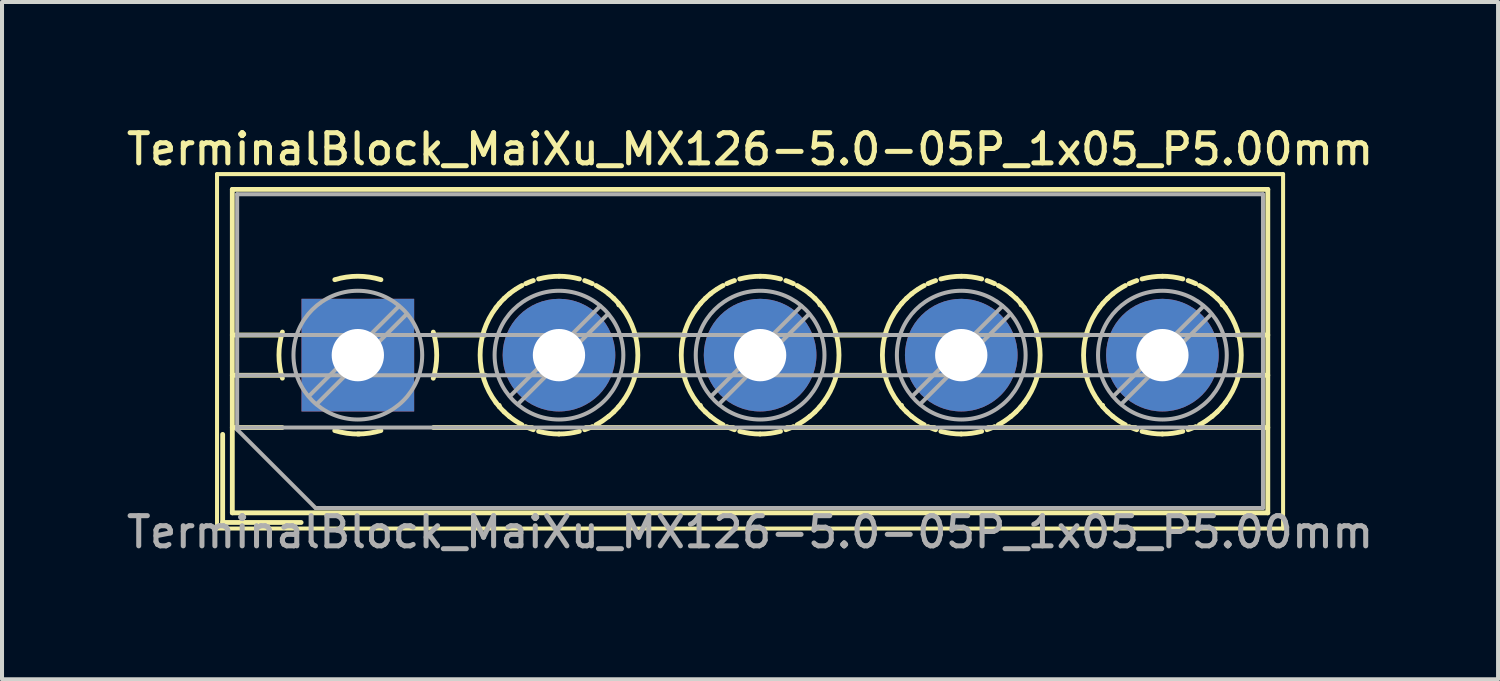
<source format=kicad_pcb>
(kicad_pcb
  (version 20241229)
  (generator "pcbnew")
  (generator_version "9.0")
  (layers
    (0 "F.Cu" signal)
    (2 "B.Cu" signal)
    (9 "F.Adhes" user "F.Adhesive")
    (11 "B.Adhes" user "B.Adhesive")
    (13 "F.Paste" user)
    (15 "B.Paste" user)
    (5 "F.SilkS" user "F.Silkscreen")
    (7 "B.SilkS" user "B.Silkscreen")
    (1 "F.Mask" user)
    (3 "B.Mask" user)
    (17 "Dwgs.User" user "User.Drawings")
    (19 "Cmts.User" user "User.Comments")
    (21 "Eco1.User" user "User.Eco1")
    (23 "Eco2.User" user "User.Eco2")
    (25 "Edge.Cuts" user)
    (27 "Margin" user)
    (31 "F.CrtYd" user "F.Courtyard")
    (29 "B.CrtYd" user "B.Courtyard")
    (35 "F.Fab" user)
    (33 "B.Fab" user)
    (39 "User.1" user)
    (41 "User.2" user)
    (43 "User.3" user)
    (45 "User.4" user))
  (footprint "TerminalBlock_MaiXu_MX126-5.0-05P_1x05_P5.00mm"
    (layer "F.Cu")
    (at 5.845 5.778)
    (property "Reference" "TerminalBlock_MaiXu_MX126-5.0-05P_1x05_P5.00mm" (at 9.75 -5.12 0) (layer "F.SilkS") (effects (font (size 0.75 0.75) (thickness 0.125))))
    (attr through_hole)
    (fp_line (start -3.5 -4.5) (end -3.5 4.31) (stroke (width 0.1) (type solid)) (layer "F.SilkS"))
    (fp_line (start -3.5 4.31) (end 23 4.31) (stroke (width 0.1) (type solid)) (layer "F.SilkS"))
    (fp_line (start -3.36 1.97) (end -3.36 4.16) (stroke (width 0.12) (type solid)) (layer "F.SilkS"))
    (fp_line (start -3.36 4.16) (end -1.41 4.16) (stroke (width 0.12) (type solid)) (layer "F.SilkS"))
    (fp_line (start -3.12 -4.12) (end -3.12 3.92) (stroke (width 0.12) (type solid)) (layer "F.SilkS"))
    (fp_line (start -3.12 -4.12) (end 22.62 -4.12) (stroke (width 0.12) (type solid)) (layer "F.SilkS"))
    (fp_line (start -3.12 -0.5) (end -1.88 -0.5) (stroke (width 0.12) (type solid)) (layer "F.SilkS"))
    (fp_line (start -3.12 0.5) (end -1.88 0.5) (stroke (width 0.12) (type solid)) (layer "F.SilkS"))
    (fp_line (start -3.12 1.8) (end -1.88 1.8) (stroke (width 0.12) (type solid)) (layer "F.SilkS"))
    (fp_line (start -3.12 3.92) (end 22.62 3.92) (stroke (width 0.12) (type solid)) (layer "F.SilkS"))
    (fp_line (start 1.88 -0.5) (end 3.165 -0.5) (stroke (width 0.12) (type solid)) (layer "F.SilkS"))
    (fp_line (start 1.88 0.5) (end 3.165 0.5) (stroke (width 0.12) (type solid)) (layer "F.SilkS"))
    (fp_line (start 1.88 1.8) (end 4.331 1.8) (stroke (width 0.12) (type solid)) (layer "F.SilkS"))
    (fp_line (start 3.514 1.248) (end 3.514 1.248) (stroke (width 0.12) (type solid)) (layer "F.SilkS"))
    (fp_line (start 5.67 1.8) (end 9.331 1.8) (stroke (width 0.12) (type solid)) (layer "F.SilkS"))
    (fp_line (start 6.487 -1.248) (end 6.487 -1.248) (stroke (width 0.12) (type solid)) (layer "F.SilkS"))
    (fp_line (start 6.836 -0.5) (end 8.165 -0.5) (stroke (width 0.12) (type solid)) (layer "F.SilkS"))
    (fp_line (start 6.836 0.5) (end 8.165 0.5) (stroke (width 0.12) (type solid)) (layer "F.SilkS"))
    (fp_line (start 8.514 1.248) (end 8.514 1.248) (stroke (width 0.12) (type solid)) (layer "F.SilkS"))
    (fp_line (start 10.67 1.8) (end 14.331 1.8) (stroke (width 0.12) (type solid)) (layer "F.SilkS"))
    (fp_line (start 11.487 -1.248) (end 11.487 -1.248) (stroke (width 0.12) (type solid)) (layer "F.SilkS"))
    (fp_line (start 11.836 -0.5) (end 13.165 -0.5) (stroke (width 0.12) (type solid)) (layer "F.SilkS"))
    (fp_line (start 11.836 0.5) (end 13.165 0.5) (stroke (width 0.12) (type solid)) (layer "F.SilkS"))
    (fp_line (start 13.514 1.248) (end 13.514 1.248) (stroke (width 0.12) (type solid)) (layer "F.SilkS"))
    (fp_line (start 15.67 1.8) (end 19.331 1.8) (stroke (width 0.12) (type solid)) (layer "F.SilkS"))
    (fp_line (start 16.487 -1.248) (end 16.487 -1.248) (stroke (width 0.12) (type solid)) (layer "F.SilkS"))
    (fp_line (start 16.836 -0.5) (end 18.165 -0.5) (stroke (width 0.12) (type solid)) (layer "F.SilkS"))
    (fp_line (start 16.836 0.5) (end 18.165 0.5) (stroke (width 0.12) (type solid)) (layer "F.SilkS"))
    (fp_line (start 18.514 1.248) (end 18.514 1.248) (stroke (width 0.12) (type solid)) (layer "F.SilkS"))
    (fp_line (start 20.67 1.8) (end 22.62 1.8) (stroke (width 0.12) (type solid)) (layer "F.SilkS"))
    (fp_line (start 21.487 -1.248) (end 21.487 -1.248) (stroke (width 0.12) (type solid)) (layer "F.SilkS"))
    (fp_line (start 21.836 -0.5) (end 22.62 -0.5) (stroke (width 0.12) (type solid)) (layer "F.SilkS"))
    (fp_line (start 21.836 0.5) (end 22.62 0.5) (stroke (width 0.12) (type solid)) (layer "F.SilkS"))
    (fp_line (start 22.62 -4.12) (end 22.62 3.92) (stroke (width 0.12) (type solid)) (layer "F.SilkS"))
    (fp_line (start 23 -4.5) (end -3.5 -4.5) (stroke (width 0.1) (type solid)) (layer "F.SilkS"))
    (fp_line (start 23 4.31) (end 23 -4.5) (stroke (width 0.1) (type solid)) (layer "F.SilkS"))
    (fp_arc (start -1.875422 0.572619) (mid -1.960893 -0.000722) (end -1.875 -0.574) (stroke (width 0.12) (type solid)) (layer "F.SilkS"))
    (fp_arc (start -0.572619 -1.875422) (mid 0.000722 -1.960893) (end 0.574 -1.875) (stroke (width 0.12) (type solid)) (layer "F.SilkS"))
    (fp_arc (start 0.0335 1.960607) (mid -0.273618 1.941709) (end -0.574 1.875) (stroke (width 0.12) (type solid)) (layer "F.SilkS"))
    (fp_arc (start 0.573049 1.874357) (mid 0.289706 1.938471) (end 0 1.96) (stroke (width 0.12) (type solid)) (layer "F.SilkS"))
    (fp_arc (start 1.875422 -0.572619) (mid 1.960893 0.000722) (end 1.875 0.574) (stroke (width 0.12) (type solid)) (layer "F.SilkS"))
    (fp_arc (start 3.434339 1.179122) (mid 3.039994 -0.000549) (end 3.435 -1.18) (stroke (width 0.12) (type solid)) (layer "F.SilkS"))
    (fp_arc (start 3.434826 -1.180695) (mid 3.476985 -1.2346) (end 3.521 -1.287) (stroke (width 0.12) (type solid)) (layer "F.SilkS"))
    (fp_arc (start 3.521125 1.286294) (mid 3.477135 1.233899) (end 3.435 1.18) (stroke (width 0.12) (type solid)) (layer "F.SilkS"))
    (fp_arc (start 3.521202 -1.287012) (mid 3.578748 -1.350291) (end 3.639 -1.411) (stroke (width 0.12) (type solid)) (layer "F.SilkS"))
    (fp_arc (start 3.63871 1.41001) (mid 3.578502 1.349289) (end 3.521 1.286) (stroke (width 0.12) (type solid)) (layer "F.SilkS"))
    (fp_arc (start 3.638867 -1.410738) (mid 3.701698 -1.468767) (end 3.767 -1.524) (stroke (width 0.12) (type solid)) (layer "F.SilkS"))
    (fp_arc (start 3.767069 1.523253) (mid 3.701799 1.468024) (end 3.639 1.41) (stroke (width 0.12) (type solid)) (layer "F.SilkS"))
    (fp_arc (start 3.767452 -1.524377) (mid 3.835117 -1.576689) (end 3.905 -1.626) (stroke (width 0.12) (type solid)) (layer "F.SilkS"))
    (fp_arc (start 3.904517 1.625664) (mid 3.834649 1.576332) (end 3.767 1.524) (stroke (width 0.12) (type solid)) (layer "F.SilkS"))
    (fp_arc (start 3.93363 -1.644317) (mid 4.00637 -1.689266) (end 4.081 -1.731) (stroke (width 0.12) (type solid)) (layer "F.SilkS"))
    (fp_arc (start 4.080344 1.730739) (mid 4.005726 1.688977) (end 3.933 1.644) (stroke (width 0.12) (type solid)) (layer "F.SilkS"))
    (fp_arc (start 4.172694 -1.777259) (mid 4.266842 -1.818121) (end 4.363 -1.854) (stroke (width 0.12) (type solid)) (layer "F.SilkS"))
    (fp_arc (start 4.362283 1.853815) (mid 4.266136 1.817899) (end 4.172 1.777) (stroke (width 0.12) (type solid)) (layer "F.SilkS"))
    (fp_arc (start 4.493681 -1.893473) (mid 4.74516 -1.943362) (end 5.001 -1.96) (stroke (width 0.12) (type solid)) (layer "F.SilkS"))
    (fp_arc (start 5.000479 1.960685) (mid 4.744554 1.943973) (end 4.493 1.894) (stroke (width 0.12) (type solid)) (layer "F.SilkS"))
    (fp_arc (start 5.000487 -1.960944) (mid 5.256437 -1.944104) (end 5.508 -1.894) (stroke (width 0.12) (type solid)) (layer "F.SilkS"))
    (fp_arc (start 5.507285 1.893215) (mid 5.255831 1.943232) (end 5 1.96) (stroke (width 0.12) (type solid)) (layer "F.SilkS"))
    (fp_arc (start 5.638712 -1.85392) (mid 5.734863 -1.817951) (end 5.829 -1.777) (stroke (width 0.12) (type solid)) (layer "F.SilkS"))
    (fp_arc (start 5.829295 1.77705) (mid 5.735155 1.818016) (end 5.639 1.854) (stroke (width 0.12) (type solid)) (layer "F.SilkS"))
    (fp_arc (start 5.920652 -1.730826) (mid 5.995273 -1.689021) (end 6.068 -1.644) (stroke (width 0.12) (type solid)) (layer "F.SilkS"))
    (fp_arc (start 6.068362 1.644143) (mid 5.995629 1.689179) (end 5.921 1.731) (stroke (width 0.12) (type solid)) (layer "F.SilkS"))
    (fp_arc (start 6.096479 -1.625751) (mid 6.16635 -1.576376) (end 6.234 -1.524) (stroke (width 0.12) (type solid)) (layer "F.SilkS"))
    (fp_arc (start 6.233457 1.523294) (mid 6.165838 1.575647) (end 6.096 1.625) (stroke (width 0.12) (type solid)) (layer "F.SilkS"))
    (fp_arc (start 6.233928 -1.523341) (mid 6.2992 -1.468068) (end 6.362 -1.41) (stroke (width 0.12) (type solid)) (layer "F.SilkS"))
    (fp_arc (start 6.36213 1.410651) (mid 6.299301 1.468723) (end 6.234 1.524) (stroke (width 0.12) (type solid)) (layer "F.SilkS"))
    (fp_arc (start 6.362286 -1.410097) (mid 6.422497 -1.349333) (end 6.48 -1.286) (stroke (width 0.12) (type solid)) (layer "F.SilkS"))
    (fp_arc (start 6.479707 1.285928) (mid 6.422207 1.349248) (end 6.362 1.41) (stroke (width 0.12) (type solid)) (layer "F.SilkS"))
    (fp_arc (start 6.479873 -1.286364) (mid 6.523865 -1.233934) (end 6.566 -1.18) (stroke (width 0.12) (type solid)) (layer "F.SilkS"))
    (fp_arc (start 6.565937 -1.180084) (mid 6.960805 -0.000052) (end 6.566 1.18) (stroke (width 0.12) (type solid)) (layer "F.SilkS"))
    (fp_arc (start 6.566102 1.179628) (mid 6.523979 1.233565) (end 6.48 1.286) (stroke (width 0.12) (type solid)) (layer "F.SilkS"))
    (fp_arc (start 8.434339 1.179122) (mid 8.039994 -0.000549) (end 8.435 -1.18) (stroke (width 0.12) (type solid)) (layer "F.SilkS"))
    (fp_arc (start 8.434826 -1.180695) (mid 8.476985 -1.2346) (end 8.521 -1.287) (stroke (width 0.12) (type solid)) (layer "F.SilkS"))
    (fp_arc (start 8.521125 1.286294) (mid 8.477135 1.233899) (end 8.435 1.18) (stroke (width 0.12) (type solid)) (layer "F.SilkS"))
    (fp_arc (start 8.521202 -1.287012) (mid 8.578748 -1.350291) (end 8.639 -1.411) (stroke (width 0.12) (type solid)) (layer "F.SilkS"))
    (fp_arc (start 8.63871 1.41001) (mid 8.578502 1.349289) (end 8.521 1.286) (stroke (width 0.12) (type solid)) (layer "F.SilkS"))
    (fp_arc (start 8.638867 -1.410738) (mid 8.701698 -1.468767) (end 8.767 -1.524) (stroke (width 0.12) (type solid)) (layer "F.SilkS"))
    (fp_arc (start 8.767069 1.523253) (mid 8.701799 1.468024) (end 8.639 1.41) (stroke (width 0.12) (type solid)) (layer "F.SilkS"))
    (fp_arc (start 8.767452 -1.524377) (mid 8.835117 -1.576689) (end 8.905 -1.626) (stroke (width 0.12) (type solid)) (layer "F.SilkS"))
    (fp_arc (start 8.904517 1.625664) (mid 8.834649 1.576332) (end 8.767 1.524) (stroke (width 0.12) (type solid)) (layer "F.SilkS"))
    (fp_arc (start 8.93363 -1.644317) (mid 9.00637 -1.689266) (end 9.081 -1.731) (stroke (width 0.12) (type solid)) (layer "F.SilkS"))
    (fp_arc (start 9.080344 1.730739) (mid 9.005726 1.688977) (end 8.933 1.644) (stroke (width 0.12) (type solid)) (layer "F.SilkS"))
    (fp_arc (start 9.172694 -1.777259) (mid 9.266842 -1.818121) (end 9.363 -1.854) (stroke (width 0.12) (type solid)) (layer "F.SilkS"))
    (fp_arc (start 9.362283 1.853815) (mid 9.266136 1.817899) (end 9.172 1.777) (stroke (width 0.12) (type solid)) (layer "F.SilkS"))
    (fp_arc (start 9.493681 -1.893473) (mid 9.74516 -1.943362) (end 10.001 -1.96) (stroke (width 0.12) (type solid)) (layer "F.SilkS"))
    (fp_arc (start 10.000479 1.960685) (mid 9.744554 1.943973) (end 9.493 1.894) (stroke (width 0.12) (type solid)) (layer "F.SilkS"))
    (fp_arc (start 10.000487 -1.960944) (mid 10.256437 -1.944104) (end 10.508 -1.894) (stroke (width 0.12) (type solid)) (layer "F.SilkS"))
    (fp_arc (start 10.507285 1.893215) (mid 10.255831 1.943232) (end 10 1.96) (stroke (width 0.12) (type solid)) (layer "F.SilkS"))
    (fp_arc (start 10.638712 -1.85392) (mid 10.734863 -1.817951) (end 10.829 -1.777) (stroke (width 0.12) (type solid)) (layer "F.SilkS"))
    (fp_arc (start 10.829295 1.77705) (mid 10.735155 1.818016) (end 10.639 1.854) (stroke (width 0.12) (type solid)) (layer "F.SilkS"))
    (fp_arc (start 10.920652 -1.730826) (mid 10.995273 -1.689021) (end 11.068 -1.644) (stroke (width 0.12) (type solid)) (layer "F.SilkS"))
    (fp_arc (start 11.068362 1.644143) (mid 10.995629 1.689179) (end 10.921 1.731) (stroke (width 0.12) (type solid)) (layer "F.SilkS"))
    (fp_arc (start 11.096479 -1.625751) (mid 11.16635 -1.576376) (end 11.234 -1.524) (stroke (width 0.12) (type solid)) (layer "F.SilkS"))
    (fp_arc (start 11.233457 1.523294) (mid 11.165838 1.575647) (end 11.096 1.625) (stroke (width 0.12) (type solid)) (layer "F.SilkS"))
    (fp_arc (start 11.233928 -1.523341) (mid 11.2992 -1.468068) (end 11.362 -1.41) (stroke (width 0.12) (type solid)) (layer "F.SilkS"))
    (fp_arc (start 11.36213 1.410651) (mid 11.299301 1.468723) (end 11.234 1.524) (stroke (width 0.12) (type solid)) (layer "F.SilkS"))
    (fp_arc (start 11.362286 -1.410097) (mid 11.422497 -1.349333) (end 11.48 -1.286) (stroke (width 0.12) (type solid)) (layer "F.SilkS"))
    (fp_arc (start 11.479707 1.285928) (mid 11.422207 1.349248) (end 11.362 1.41) (stroke (width 0.12) (type solid)) (layer "F.SilkS"))
    (fp_arc (start 11.479873 -1.286364) (mid 11.523865 -1.233934) (end 11.566 -1.18) (stroke (width 0.12) (type solid)) (layer "F.SilkS"))
    (fp_arc (start 11.565937 -1.180084) (mid 11.960805 -0.000052) (end 11.566 1.18) (stroke (width 0.12) (type solid)) (layer "F.SilkS"))
    (fp_arc (start 11.566102 1.179628) (mid 11.523979 1.233565) (end 11.48 1.286) (stroke (width 0.12) (type solid)) (layer "F.SilkS"))
    (fp_arc (start 13.434339 1.179122) (mid 13.039994 -0.000549) (end 13.435 -1.18) (stroke (width 0.12) (type solid)) (layer "F.SilkS"))
    (fp_arc (start 13.434826 -1.180695) (mid 13.476985 -1.2346) (end 13.521 -1.287) (stroke (width 0.12) (type solid)) (layer "F.SilkS"))
    (fp_arc (start 13.521125 1.286294) (mid 13.477135 1.233899) (end 13.435 1.18) (stroke (width 0.12) (type solid)) (layer "F.SilkS"))
    (fp_arc (start 13.521202 -1.287012) (mid 13.578748 -1.350291) (end 13.639 -1.411) (stroke (width 0.12) (type solid)) (layer "F.SilkS"))
    (fp_arc (start 13.63871 1.41001) (mid 13.578502 1.349289) (end 13.521 1.286) (stroke (width 0.12) (type solid)) (layer "F.SilkS"))
    (fp_arc (start 13.638867 -1.410738) (mid 13.701698 -1.468767) (end 13.767 -1.524) (stroke (width 0.12) (type solid)) (layer "F.SilkS"))
    (fp_arc (start 13.767069 1.523253) (mid 13.701799 1.468024) (end 13.639 1.41) (stroke (width 0.12) (type solid)) (layer "F.SilkS"))
    (fp_arc (start 13.767452 -1.524377) (mid 13.835117 -1.576689) (end 13.905 -1.626) (stroke (width 0.12) (type solid)) (layer "F.SilkS"))
    (fp_arc (start 13.904517 1.625664) (mid 13.834649 1.576332) (end 13.767 1.524) (stroke (width 0.12) (type solid)) (layer "F.SilkS"))
    (fp_arc (start 13.93363 -1.644317) (mid 14.00637 -1.689266) (end 14.081 -1.731) (stroke (width 0.12) (type solid)) (layer "F.SilkS"))
    (fp_arc (start 14.080344 1.730739) (mid 14.005726 1.688977) (end 13.933 1.644) (stroke (width 0.12) (type solid)) (layer "F.SilkS"))
    (fp_arc (start 14.172694 -1.777259) (mid 14.266842 -1.818121) (end 14.363 -1.854) (stroke (width 0.12) (type solid)) (layer "F.SilkS"))
    (fp_arc (start 14.362283 1.853815) (mid 14.266136 1.817899) (end 14.172 1.777) (stroke (width 0.12) (type solid)) (layer "F.SilkS"))
    (fp_arc (start 14.493681 -1.893473) (mid 14.74516 -1.943362) (end 15.001 -1.96) (stroke (width 0.12) (type solid)) (layer "F.SilkS"))
    (fp_arc (start 15.000479 1.960685) (mid 14.744554 1.943973) (end 14.493 1.894) (stroke (width 0.12) (type solid)) (layer "F.SilkS"))
    (fp_arc (start 15.000487 -1.960944) (mid 15.256437 -1.944104) (end 15.508 -1.894) (stroke (width 0.12) (type solid)) (layer "F.SilkS"))
    (fp_arc (start 15.507285 1.893215) (mid 15.255831 1.943232) (end 15 1.96) (stroke (width 0.12) (type solid)) (layer "F.SilkS"))
    (fp_arc (start 15.638712 -1.85392) (mid 15.734863 -1.817951) (end 15.829 -1.777) (stroke (width 0.12) (type solid)) (layer "F.SilkS"))
    (fp_arc (start 15.829295 1.77705) (mid 15.735155 1.818016) (end 15.639 1.854) (stroke (width 0.12) (type solid)) (layer "F.SilkS"))
    (fp_arc (start 15.920652 -1.730826) (mid 15.995273 -1.689021) (end 16.068 -1.644) (stroke (width 0.12) (type solid)) (layer "F.SilkS"))
    (fp_arc (start 16.068362 1.644143) (mid 15.995629 1.689179) (end 15.921 1.731) (stroke (width 0.12) (type solid)) (layer "F.SilkS"))
    (fp_arc (start 16.096479 -1.625751) (mid 16.16635 -1.576376) (end 16.234 -1.524) (stroke (width 0.12) (type solid)) (layer "F.SilkS"))
    (fp_arc (start 16.233457 1.523294) (mid 16.165838 1.575647) (end 16.096 1.625) (stroke (width 0.12) (type solid)) (layer "F.SilkS"))
    (fp_arc (start 16.233928 -1.523341) (mid 16.2992 -1.468068) (end 16.362 -1.41) (stroke (width 0.12) (type solid)) (layer "F.SilkS"))
    (fp_arc (start 16.36213 1.410651) (mid 16.299301 1.468723) (end 16.234 1.524) (stroke (width 0.12) (type solid)) (layer "F.SilkS"))
    (fp_arc (start 16.362286 -1.410097) (mid 16.422497 -1.349333) (end 16.48 -1.286) (stroke (width 0.12) (type solid)) (layer "F.SilkS"))
    (fp_arc (start 16.479707 1.285928) (mid 16.422207 1.349248) (end 16.362 1.41) (stroke (width 0.12) (type solid)) (layer "F.SilkS"))
    (fp_arc (start 16.479873 -1.286364) (mid 16.523865 -1.233934) (end 16.566 -1.18) (stroke (width 0.12) (type solid)) (layer "F.SilkS"))
    (fp_arc (start 16.565937 -1.180084) (mid 16.960805 -0.000052) (end 16.566 1.18) (stroke (width 0.12) (type solid)) (layer "F.SilkS"))
    (fp_arc (start 16.566102 1.179628) (mid 16.523979 1.233565) (end 16.48 1.286) (stroke (width 0.12) (type solid)) (layer "F.SilkS"))
    (fp_arc (start 18.434339 1.179122) (mid 18.039994 -0.000549) (end 18.435 -1.18) (stroke (width 0.12) (type solid)) (layer "F.SilkS"))
    (fp_arc (start 18.434826 -1.180695) (mid 18.476985 -1.2346) (end 18.521 -1.287) (stroke (width 0.12) (type solid)) (layer "F.SilkS"))
    (fp_arc (start 18.521125 1.286294) (mid 18.477135 1.233899) (end 18.435 1.18) (stroke (width 0.12) (type solid)) (layer "F.SilkS"))
    (fp_arc (start 18.521202 -1.287012) (mid 18.578748 -1.350291) (end 18.639 -1.411) (stroke (width 0.12) (type solid)) (layer "F.SilkS"))
    (fp_arc (start 18.63871 1.41001) (mid 18.578502 1.349289) (end 18.521 1.286) (stroke (width 0.12) (type solid)) (layer "F.SilkS"))
    (fp_arc (start 18.638867 -1.410738) (mid 18.701698 -1.468767) (end 18.767 -1.524) (stroke (width 0.12) (type solid)) (layer "F.SilkS"))
    (fp_arc (start 18.767069 1.523253) (mid 18.701799 1.468024) (end 18.639 1.41) (stroke (width 0.12) (type solid)) (layer "F.SilkS"))
    (fp_arc (start 18.767452 -1.524377) (mid 18.835117 -1.576689) (end 18.905 -1.626) (stroke (width 0.12) (type solid)) (layer "F.SilkS"))
    (fp_arc (start 18.904517 1.625664) (mid 18.834649 1.576332) (end 18.767 1.524) (stroke (width 0.12) (type solid)) (layer "F.SilkS"))
    (fp_arc (start 18.93363 -1.644317) (mid 19.00637 -1.689266) (end 19.081 -1.731) (stroke (width 0.12) (type solid)) (layer "F.SilkS"))
    (fp_arc (start 19.080344 1.730739) (mid 19.005726 1.688977) (end 18.933 1.644) (stroke (width 0.12) (type solid)) (layer "F.SilkS"))
    (fp_arc (start 19.172694 -1.777259) (mid 19.266842 -1.818121) (end 19.363 -1.854) (stroke (width 0.12) (type solid)) (layer "F.SilkS"))
    (fp_arc (start 19.362283 1.853815) (mid 19.266136 1.817899) (end 19.172 1.777) (stroke (width 0.12) (type solid)) (layer "F.SilkS"))
    (fp_arc (start 19.493681 -1.893473) (mid 19.74516 -1.943362) (end 20.001 -1.96) (stroke (width 0.12) (type solid)) (layer "F.SilkS"))
    (fp_arc (start 20.000479 1.960685) (mid 19.744554 1.943973) (end 19.493 1.894) (stroke (width 0.12) (type solid)) (layer "F.SilkS"))
    (fp_arc (start 20.000487 -1.960944) (mid 20.256437 -1.944104) (end 20.508 -1.894) (stroke (width 0.12) (type solid)) (layer "F.SilkS"))
    (fp_arc (start 20.507285 1.893215) (mid 20.255831 1.943232) (end 20 1.96) (stroke (width 0.12) (type solid)) (layer "F.SilkS"))
    (fp_arc (start 20.638712 -1.85392) (mid 20.734863 -1.817951) (end 20.829 -1.777) (stroke (width 0.12) (type solid)) (layer "F.SilkS"))
    (fp_arc (start 20.829295 1.77705) (mid 20.735155 1.818016) (end 20.639 1.854) (stroke (width 0.12) (type solid)) (layer "F.SilkS"))
    (fp_arc (start 20.920652 -1.730826) (mid 20.995273 -1.689021) (end 21.068 -1.644) (stroke (width 0.12) (type solid)) (layer "F.SilkS"))
    (fp_arc (start 21.068362 1.644143) (mid 20.995629 1.689179) (end 20.921 1.731) (stroke (width 0.12) (type solid)) (layer "F.SilkS"))
    (fp_arc (start 21.096479 -1.625751) (mid 21.16635 -1.576376) (end 21.234 -1.524) (stroke (width 0.12) (type solid)) (layer "F.SilkS"))
    (fp_arc (start 21.233457 1.523294) (mid 21.165838 1.575647) (end 21.096 1.625) (stroke (width 0.12) (type solid)) (layer "F.SilkS"))
    (fp_arc (start 21.233928 -1.523341) (mid 21.2992 -1.468068) (end 21.362 -1.41) (stroke (width 0.12) (type solid)) (layer "F.SilkS"))
    (fp_arc (start 21.36213 1.410651) (mid 21.299301 1.468723) (end 21.234 1.524) (stroke (width 0.12) (type solid)) (layer "F.SilkS"))
    (fp_arc (start 21.362286 -1.410097) (mid 21.422497 -1.349333) (end 21.48 -1.286) (stroke (width 0.12) (type solid)) (layer "F.SilkS"))
    (fp_arc (start 21.479707 1.285928) (mid 21.422207 1.349248) (end 21.362 1.41) (stroke (width 0.12) (type solid)) (layer "F.SilkS"))
    (fp_arc (start 21.479873 -1.286364) (mid 21.523865 -1.233934) (end 21.566 -1.18) (stroke (width 0.12) (type solid)) (layer "F.SilkS"))
    (fp_arc (start 21.565937 -1.180084) (mid 21.960805 -0.000052) (end 21.566 1.18) (stroke (width 0.12) (type solid)) (layer "F.SilkS"))
    (fp_arc (start 21.566102 1.179628) (mid 21.523979 1.233565) (end 21.48 1.286) (stroke (width 0.12) (type solid)) (layer "F.SilkS"))
    (fp_line (start -3 -4) (end 22.5 -4) (stroke (width 0.1) (type solid)) (layer "F.Fab"))
    (fp_line (start -3 -0.5) (end 22.5 -0.5) (stroke (width 0.1) (type solid)) (layer "F.Fab"))
    (fp_line (start -3 0.5) (end 22.5 0.5) (stroke (width 0.1) (type solid)) (layer "F.Fab"))
    (fp_line (start -3 1.8) (end 22.5 1.8) (stroke (width 0.1) (type solid)) (layer "F.Fab"))
    (fp_line (start -3 1.85) (end -3 -4) (stroke (width 0.1) (type solid)) (layer "F.Fab"))
    (fp_line (start -1.05 3.8) (end -3 1.85) (stroke (width 0.1) (type solid)) (layer "F.Fab"))
    (fp_line (start 1.019 -1.214) (end -1.214 1.018) (stroke (width 0.1) (type solid)) (layer "F.Fab"))
    (fp_line (start 1.214 -1.019) (end -1.019 1.214) (stroke (width 0.1) (type solid)) (layer "F.Fab"))
    (fp_line (start 6.019 -1.214) (end 3.787 1.018) (stroke (width 0.1) (type solid)) (layer "F.Fab"))
    (fp_line (start 6.214 -1.019) (end 3.982 1.214) (stroke (width 0.1) (type solid)) (layer "F.Fab"))
    (fp_line (start 11.019 -1.214) (end 8.787 1.018) (stroke (width 0.1) (type solid)) (layer "F.Fab"))
    (fp_line (start 11.214 -1.019) (end 8.982 1.214) (stroke (width 0.1) (type solid)) (layer "F.Fab"))
    (fp_line (start 16.019 -1.214) (end 13.787 1.018) (stroke (width 0.1) (type solid)) (layer "F.Fab"))
    (fp_line (start 16.214 -1.019) (end 13.982 1.214) (stroke (width 0.1) (type solid)) (layer "F.Fab"))
    (fp_line (start 21.019 -1.214) (end 18.787 1.018) (stroke (width 0.1) (type solid)) (layer "F.Fab"))
    (fp_line (start 21.214 -1.019) (end 18.982 1.214) (stroke (width 0.1) (type solid)) (layer "F.Fab"))
    (fp_line (start 22.5 -4) (end 22.5 3.8) (stroke (width 0.1) (type solid)) (layer "F.Fab"))
    (fp_line (start 22.5 3.8) (end -1.05 3.8) (stroke (width 0.1) (type solid)) (layer "F.Fab"))
    (fp_circle (center 0 0) (end 1.6 0) (stroke (width 0.1) (type solid)) (fill no) (layer "F.Fab"))
    (fp_circle (center 5 0) (end 6.6 0) (stroke (width 0.1) (type solid)) (fill no) (layer "F.Fab"))
    (fp_circle (center 10 0) (end 11.6 0) (stroke (width 0.1) (type solid)) (fill no) (layer "F.Fab"))
    (fp_circle (center 15 0) (end 16.6 0) (stroke (width 0.1) (type solid)) (fill no) (layer "F.Fab"))
    (fp_circle (center 20 0) (end 21.6 0) (stroke (width 0.1) (type solid)) (fill no) (layer "F.Fab"))
    (fp_text user "${REFERENCE}" (at 9.75 4.4 0) (layer "F.Fab") (effects (font (size 0.75 0.75) (thickness 0.125))))
    (pad "1" thru_hole rect (at 0 0) (size 2.8 2.8) (drill 1.3) (layers "*.Cu" "*.Mask"))
    (pad "2" thru_hole circle (at 5 0) (size 2.8 2.8) (drill 1.3) (layers "*.Cu" "*.Mask"))
    (pad "3" thru_hole circle (at 10 0) (size 2.8 2.8) (drill 1.3) (layers "*.Cu" "*.Mask"))
    (pad "4" thru_hole circle (at 15 0) (size 2.8 2.8) (drill 1.3) (layers "*.Cu" "*.Mask"))
    (pad "5" thru_hole circle (at 20 0) (size 2.8 2.8) (drill 1.3) (layers "*.Cu" "*.Mask")))
  (gr_rect
    (start -3 -3)
    (end 34.189 13.836)
    (stroke (width 0.1) (type default))
    (fill no)
    (layer "Edge.Cuts")))
</source>
